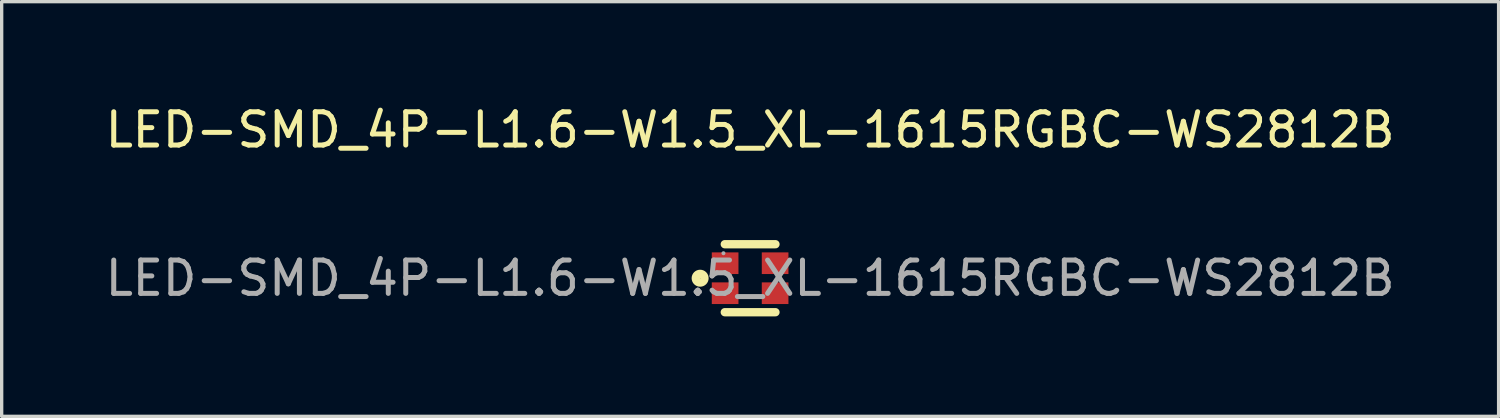
<source format=kicad_pcb>
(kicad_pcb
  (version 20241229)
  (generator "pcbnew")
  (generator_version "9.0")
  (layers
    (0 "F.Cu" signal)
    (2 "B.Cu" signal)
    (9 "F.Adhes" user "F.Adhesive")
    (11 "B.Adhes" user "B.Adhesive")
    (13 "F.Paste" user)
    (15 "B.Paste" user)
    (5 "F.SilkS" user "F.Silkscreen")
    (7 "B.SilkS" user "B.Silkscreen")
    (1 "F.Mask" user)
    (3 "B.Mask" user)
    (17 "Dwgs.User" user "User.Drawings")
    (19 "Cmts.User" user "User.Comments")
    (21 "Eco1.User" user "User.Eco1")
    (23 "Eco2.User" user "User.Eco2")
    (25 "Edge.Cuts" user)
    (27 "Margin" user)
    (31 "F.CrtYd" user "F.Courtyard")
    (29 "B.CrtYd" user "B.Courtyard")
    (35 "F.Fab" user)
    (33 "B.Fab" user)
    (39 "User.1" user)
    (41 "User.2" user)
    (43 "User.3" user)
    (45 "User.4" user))
  (footprint "LED-SMD_4P-L1.6-W1.5_XL-1615RGBC-WS2812B"
    (layer "F.Cu")
    (at 19.458 5.298)
    (property "Reference" "LED-SMD_4P-L1.6-W1.5_XL-1615RGBC-WS2812B" (at 0 -4.45 0) (layer "F.SilkS") (effects (font (size 1 1) (thickness 0.15))))
    (attr smd)
    (fp_line (start -0.76 1.02) (end 0.76 1.02) (stroke (width 0.25) (type solid)) (layer "F.SilkS"))
    (fp_line (start 0.76 -1.02) (end -0.76 -1.02) (stroke (width 0.25) (type solid)) (layer "F.SilkS"))
    (fp_circle (center -1.5 0) (end -1.37 0) (stroke (width 0.25) (type solid)) (fill no) (layer "F.SilkS"))
    (fp_circle (center -0.8 -0.75) (end -0.77 -0.75) (stroke (width 0.06) (type solid)) (fill no) (layer "F.Fab"))
    (fp_text user "${REFERENCE}" (at 0 0 0) (layer "F.Fab") (effects (font (size 1 1) (thickness 0.15))))
    (pad "1" smd rect (at 0.75 -0.45 180) (size 0.8 0.65) (layers "F.Cu" "F.Mask" "F.Paste"))
    (pad "2" smd rect (at -0.75 -0.45 180) (size 0.8 0.65) (layers "F.Cu" "F.Mask" "F.Paste"))
    (pad "3" smd rect (at -0.75 0.45 180) (size 0.8 0.65) (layers "F.Cu" "F.Mask" "F.Paste"))
    (pad "4" smd rect (at 0.75 0.45 180) (size 0.8 0.65) (layers "F.Cu" "F.Mask" "F.Paste")))
  (gr_rect
    (start -3 -3)
    (end 41.917 9.443)
    (stroke (width 0.1) (type default))
    (fill no)
    (layer "Edge.Cuts")))
</source>
